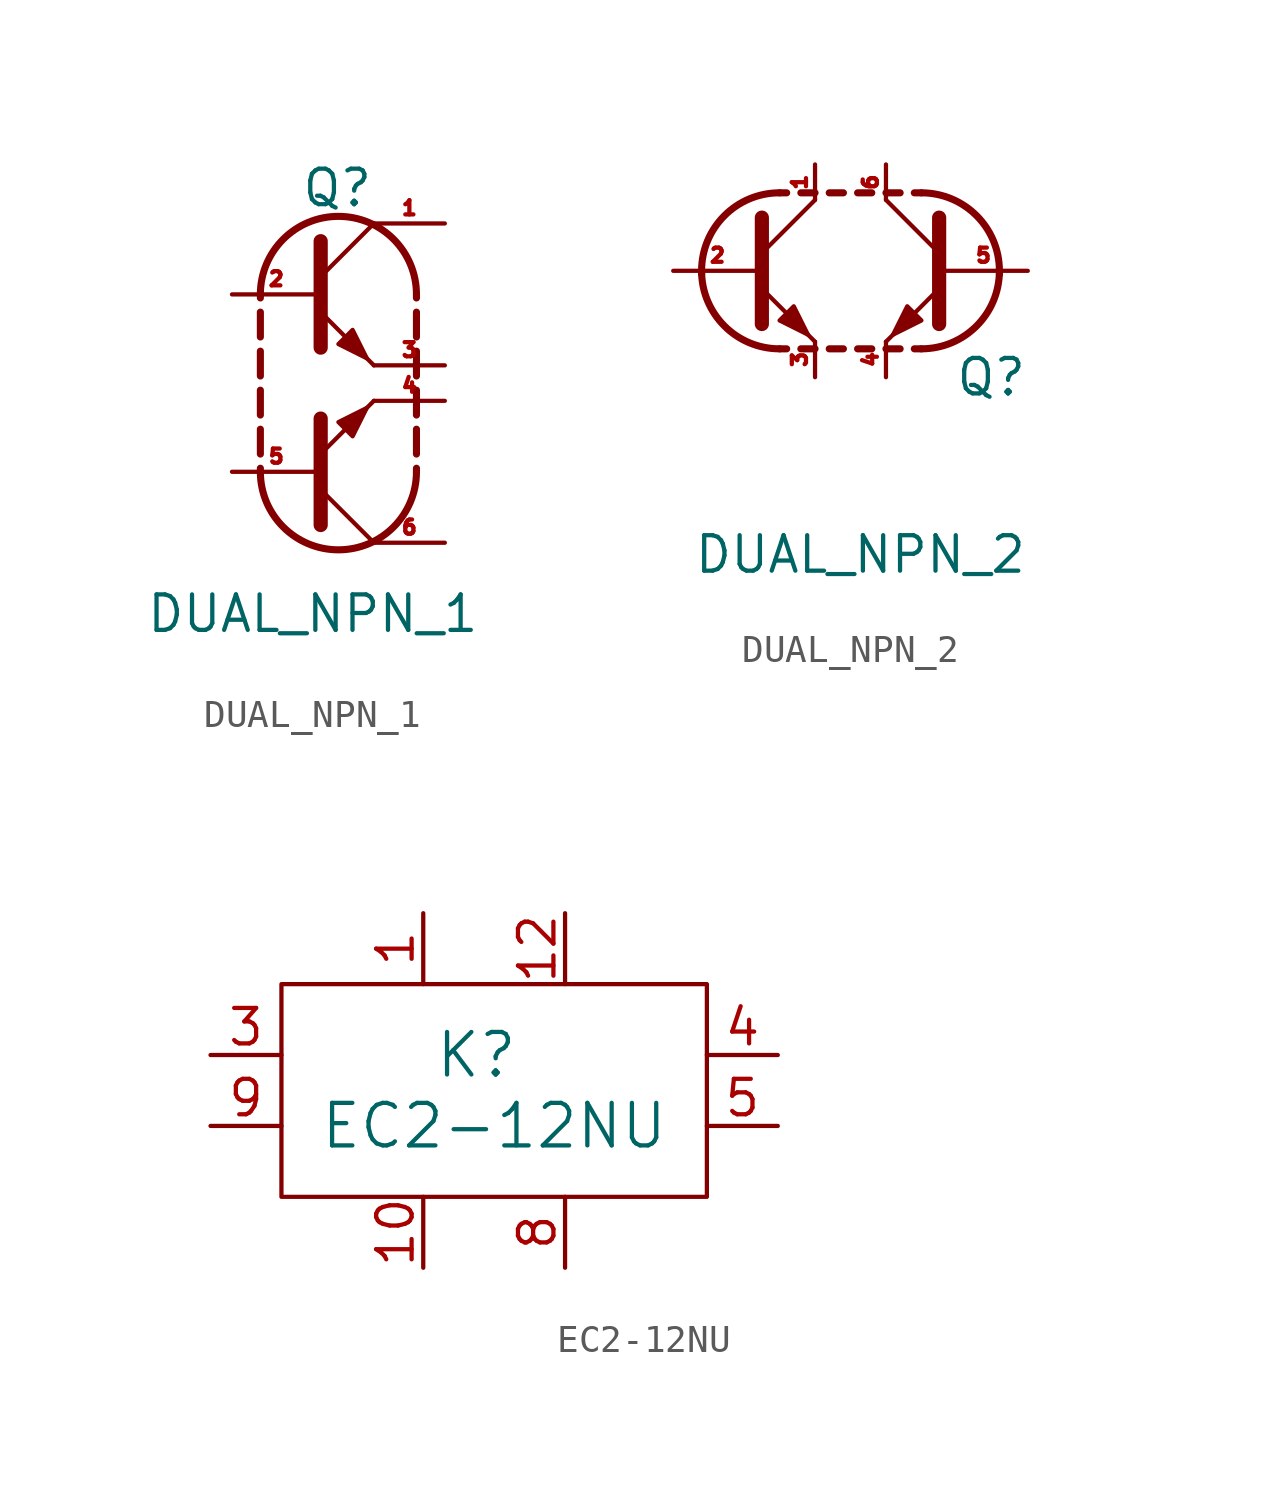
<source format=kicad_sym>
(kicad_symbol_lib
  (version 20211014)
  (generator kicad_symbol_editor)
  (symbol "DUAL_NPN_1"
    (pin_names
      (offset 0) hide)
    (property "Reference" "Q"
      (at 2.54 3.81 0)
      (effects (font (size 1.27 1.27)) (justify right)))
    (property "Value" "DUAL_NPN_1"
      (at 6.35 -11.43 0)
      (effects (font (size 1.27 1.27)) (justify right)))
    (property "Footprint" ""
      (at 5.08 2.54 0)
      (effects (font (size 0.737 0.737))))
    (property "Datasheet" ""
      (at 0 0 0)
      (effects (font (size 1.524 1.524))))
    (symbol "DUAL_NPN_1_0_1"
      (arc (start -1.524 -6.35) (mid 1.27 -9.144) (end 4.064 -6.35) (stroke (width 0.254) (type default) (color 0 0 0 0)) (fill (type none)))
      (polyline (pts (xy -1.524 -6.35) (xy -1.524 -6.223)) (stroke (width 0.254) (type default) (color 0 0 0 0)) (fill (type none)))
      (polyline (pts (xy -1.524 -4.826) (xy -1.524 -5.715)) (stroke (width 0.254) (type default) (color 0 0 0 0)) (fill (type none)))
      (polyline (pts (xy -1.524 -3.429) (xy -1.524 -4.318)) (stroke (width 0.254) (type default) (color 0 0 0 0)) (fill (type none)))
      (polyline (pts (xy -1.524 -2.032) (xy -1.524 -2.921)) (stroke (width 0.254) (type default) (color 0 0 0 0)) (fill (type none)))
      (polyline (pts (xy -1.524 -0.635) (xy -1.524 -1.524)) (stroke (width 0.254) (type default) (color 0 0 0 0)) (fill (type none)))
      (polyline (pts (xy -1.524 0) (xy -1.524 -0.127)) (stroke (width 0.254) (type default) (color 0 0 0 0)) (fill (type none)))
      (polyline (pts (xy 0.635 -6.985) (xy 2.54 -8.89)) (stroke (width 0) (type default) (color 0 0 0 0)) (fill (type none)))
      (polyline (pts (xy 0.635 0.635) (xy 2.54 2.54)) (stroke (width 0) (type default) (color 0 0 0 0)) (fill (type none)))
      (polyline (pts (xy 4.064 -6.35) (xy 4.064 -6.223)) (stroke (width 0.254) (type default) (color 0 0 0 0)) (fill (type none)))
      (polyline (pts (xy 4.064 -4.826) (xy 4.064 -5.715)) (stroke (width 0.254) (type default) (color 0 0 0 0)) (fill (type none)))
      (polyline (pts (xy 4.064 -3.429) (xy 4.064 -4.318)) (stroke (width 0.254) (type default) (color 0 0 0 0)) (fill (type none)))
      (polyline (pts (xy 4.064 -2.032) (xy 4.064 -2.921)) (stroke (width 0.254) (type default) (color 0 0 0 0)) (fill (type none)))
      (polyline (pts (xy 4.064 -0.635) (xy 4.064 -1.524)) (stroke (width 0.254) (type default) (color 0 0 0 0)) (fill (type none)))
      (polyline (pts (xy 4.064 0) (xy 4.064 -0.127)) (stroke (width 0.254) (type default) (color 0 0 0 0)) (fill (type none)))
      (polyline (pts (xy 0.635 -8.255) (xy 0.635 -4.445) (xy 0.635 -4.445)) (stroke (width 0.508) (type default) (color 0 0 0 0)) (fill (type none)))
      (polyline (pts (xy 0.635 -5.715) (xy 2.54 -3.81) (xy 2.54 -3.81)) (stroke (width 0) (type default) (color 0 0 0 0)) (fill (type none)))
      (polyline (pts (xy 0.635 -0.635) (xy 2.54 -2.54) (xy 2.54 -2.54)) (stroke (width 0) (type default) (color 0 0 0 0)) (fill (type none)))
      (polyline (pts (xy 0.635 1.905) (xy 0.635 -1.905) (xy 0.635 -1.905)) (stroke (width 0.508) (type default) (color 0 0 0 0)) (fill (type none)))
      (polyline (pts (xy 1.27 -4.572) (xy 1.778 -5.08) (xy 2.286 -4.064) (xy 1.27 -4.572) (xy 1.27 -4.572)) (stroke (width 0) (type default) (color 0 0 0 0)) (fill (type outline)))
      (polyline (pts (xy 1.27 -1.778) (xy 1.778 -1.27) (xy 2.286 -2.286) (xy 1.27 -1.778) (xy 1.27 -1.778)) (stroke (width 0) (type default) (color 0 0 0 0)) (fill (type outline)))
      (arc (start 4.064 0) (mid 1.27 2.794) (end -1.524 0) (stroke (width 0.254) (type default) (color 0 0 0 0)) (fill (type none))))
    (symbol "DUAL_NPN_1_1_1"
      (pin passive line (at 5.08 2.54 180) (length 2.54) (name "C1" (effects (font (size 1.27 1.27)))) (number "1" (effects (font (size 0.508 0.508)))))
      (pin input line (at -2.54 0 0) (length 3.175) (name "B1" (effects (font (size 1.27 1.27)))) (number "2" (effects (font (size 0.508 0.508)))))
      (pin passive line (at 5.08 -2.54 180) (length 2.54) (name "E1" (effects (font (size 1.27 1.27)))) (number "3" (effects (font (size 0.508 0.508)))))
      (pin passive line (at 5.08 -3.81 180) (length 2.54) (name "E2" (effects (font (size 1.27 1.27)))) (number "4" (effects (font (size 0.508 0.508)))))
      (pin input line (at -2.54 -6.35 0) (length 3.175) (name "B2" (effects (font (size 1.27 1.27)))) (number "5" (effects (font (size 0.508 0.508)))))
      (pin passive line (at 5.08 -8.89 180) (length 2.54) (name "C2" (effects (font (size 1.27 1.27)))) (number "6" (effects (font (size 0.508 0.508)))))))
  (symbol "DUAL_NPN_2"
    (pin_names
      (offset 0) hide)
    (property "Reference" "Q"
      (at 6.35 -3.81 0)
      (effects (font (size 1.27 1.27)) (justify right)))
    (property "Value" "DUAL_NPN_2"
      (at 6.35 -10.16 0)
      (effects (font (size 1.27 1.27)) (justify right)))
    (property "Footprint" ""
      (at -1.27 3.81 0)
      (effects (font (size 0.737 0.737))))
    (property "Datasheet" ""
      (at -3.81 0 0)
      (effects (font (size 1.524 1.524))))
    (symbol "DUAL_NPN_2_0_1"
      (arc (start -2.54 2.794) (mid -5.334 0) (end -2.54 -2.794) (stroke (width 0.254) (type default) (color 0 0 0 0)) (fill (type none)))
      (polyline (pts (xy -5.334 0) (xy -5.334 -0.127)) (stroke (width 0.254) (type default) (color 0 0 0 0)) (fill (type none)))
      (polyline (pts (xy -3.175 0.635) (xy -1.27 2.54)) (stroke (width 0) (type default) (color 0 0 0 0)) (fill (type none)))
      (polyline (pts (xy -2.54 -2.794) (xy -2.286 -2.794)) (stroke (width 0.254) (type default) (color 0 0 0 0)) (fill (type none)))
      (polyline (pts (xy -2.54 2.794) (xy -2.286 2.794)) (stroke (width 0.254) (type default) (color 0 0 0 0)) (fill (type none)))
      (polyline (pts (xy -1.778 -2.794) (xy -1.27 -2.794)) (stroke (width 0.254) (type default) (color 0 0 0 0)) (fill (type none)))
      (polyline (pts (xy -1.778 2.794) (xy -1.27 2.794)) (stroke (width 0.254) (type default) (color 0 0 0 0)) (fill (type none)))
      (polyline (pts (xy -0.762 -2.794) (xy -0.254 -2.794)) (stroke (width 0.254) (type default) (color 0 0 0 0)) (fill (type none)))
      (polyline (pts (xy -0.762 2.794) (xy -0.254 2.794)) (stroke (width 0.254) (type default) (color 0 0 0 0)) (fill (type none)))
      (polyline (pts (xy 0.254 -2.794) (xy 0.762 -2.794)) (stroke (width 0.254) (type default) (color 0 0 0 0)) (fill (type none)))
      (polyline (pts (xy 0.254 2.794) (xy 0.762 2.794)) (stroke (width 0.254) (type default) (color 0 0 0 0)) (fill (type none)))
      (polyline (pts (xy 1.27 -2.794) (xy 1.778 -2.794)) (stroke (width 0.254) (type default) (color 0 0 0 0)) (fill (type none)))
      (polyline (pts (xy 1.27 2.794) (xy 1.778 2.794)) (stroke (width 0.254) (type default) (color 0 0 0 0)) (fill (type none)))
      (polyline (pts (xy 2.54 -2.794) (xy 2.286 -2.794)) (stroke (width 0.254) (type default) (color 0 0 0 0)) (fill (type none)))
      (polyline (pts (xy 2.54 2.794) (xy 2.286 2.794)) (stroke (width 0.254) (type default) (color 0 0 0 0)) (fill (type none)))
      (polyline (pts (xy 3.175 0.635) (xy 1.27 2.54)) (stroke (width 0) (type default) (color 0 0 0 0)) (fill (type none)))
      (polyline (pts (xy 5.334 0) (xy 5.334 -0.127)) (stroke (width 0.254) (type default) (color 0 0 0 0)) (fill (type none)))
      (polyline (pts (xy -3.175 -0.635) (xy -1.27 -2.54) (xy -1.27 -2.54)) (stroke (width 0) (type default) (color 0 0 0 0)) (fill (type none)))
      (polyline (pts (xy -3.175 1.905) (xy -3.175 -1.905) (xy -3.175 -1.905)) (stroke (width 0.508) (type default) (color 0 0 0 0)) (fill (type none)))
      (polyline (pts (xy 3.175 -0.635) (xy 1.27 -2.54) (xy 1.27 -2.54)) (stroke (width 0) (type default) (color 0 0 0 0)) (fill (type none)))
      (polyline (pts (xy 3.175 1.905) (xy 3.175 -1.905) (xy 3.175 -1.905)) (stroke (width 0.508) (type default) (color 0 0 0 0)) (fill (type none)))
      (polyline (pts (xy -2.54 -1.778) (xy -2.032 -1.27) (xy -1.524 -2.286) (xy -2.54 -1.778) (xy -2.54 -1.778)) (stroke (width 0) (type default) (color 0 0 0 0)) (fill (type outline)))
      (polyline (pts (xy 2.54 -1.778) (xy 2.032 -1.27) (xy 1.524 -2.286) (xy 2.54 -1.778) (xy 2.54 -1.778)) (stroke (width 0) (type default) (color 0 0 0 0)) (fill (type outline)))
      (arc (start 2.54 -2.794) (mid 5.334 0) (end 2.54 2.794) (stroke (width 0.254) (type default) (color 0 0 0 0)) (fill (type none))))
    (symbol "DUAL_NPN_2_1_1"
      (pin passive line (at -1.27 3.81 270) (length 1.27) (name "C1" (effects (font (size 1.27 1.27)))) (number "1" (effects (font (size 0.508 0.508)))))
      (pin input line (at -6.35 0 0) (length 3.175) (name "B1" (effects (font (size 1.27 1.27)))) (number "2" (effects (font (size 0.508 0.508)))))
      (pin passive line (at -1.27 -3.81 90) (length 1.27) (name "E1" (effects (font (size 1.27 1.27)))) (number "3" (effects (font (size 0.508 0.508)))))
      (pin passive line (at 1.27 -3.81 90) (length 1.27) (name "E2" (effects (font (size 1.27 1.27)))) (number "4" (effects (font (size 0.508 0.508)))))
      (pin input line (at 6.35 0 180) (length 3.175) (name "B2" (effects (font (size 1.27 1.27)))) (number "5" (effects (font (size 0.508 0.508)))))
      (pin passive line (at 1.27 3.81 270) (length 1.27) (name "C2" (effects (font (size 1.27 1.27)))) (number "6" (effects (font (size 0.508 0.508)))))))
  (symbol "EC2-12NU"
    (pin_names
      (offset 1.016))
    (property "Reference" "K"
      (at -0.635 1.27 0)
      (effects (font (size 1.524 1.524))))
    (property "Value" "EC2-12NU"
      (at 0 -1.27 0)
      (effects (font (size 1.524 1.524))))
    (property "Footprint" ""
      (at 20.955 0 0)
      (effects (font (size 1.524 1.524))))
    (property "Datasheet" ""
      (at 20.955 0 0)
      (effects (font (size 1.524 1.524))))
    (symbol "EC2-12NU_0_1"
      (rectangle (start -7.62 3.81) (end 7.62 -3.81) (stroke (width 0) (type default) (color 0 0 0 0)) (fill (type none))))
    (symbol "EC2-12NU_1_1"
      (pin input line (at -2.54 6.35 270) (length 2.54) (name "~" (effects (font (size 0 0)))) (number "1" (effects (font (size 1.27 1.27)))))
      (pin passive line (at -2.54 -6.35 90) (length 2.54) (name "~" (effects (font (size 0 0)))) (number "10" (effects (font (size 1.27 1.27)))))
      (pin output line (at 2.54 6.35 270) (length 2.54) (name "~" (effects (font (size 0 0)))) (number "12" (effects (font (size 1.27 1.27)))))
      (pin passive line (at -10.16 1.27 0) (length 2.54) (name "~" (effects (font (size 0 0)))) (number "3" (effects (font (size 1.27 1.27)))))
      (pin passive line (at 10.16 1.27 180) (length 2.54) (name "~" (effects (font (size 0 0)))) (number "4" (effects (font (size 1.27 1.27)))))
      (pin passive line (at 10.16 -1.27 180) (length 2.54) (name "~" (effects (font (size 0 0)))) (number "5" (effects (font (size 1.27 1.27)))))
      (pin passive line (at 2.54 -6.35 90) (length 2.54) (name "~" (effects (font (size 0 0)))) (number "8" (effects (font (size 1.27 1.27)))))
      (pin passive line (at -10.16 -1.27 0) (length 2.54) (name "~" (effects (font (size 0 0)))) (number "9" (effects (font (size 1.27 1.27))))))))
</source>
